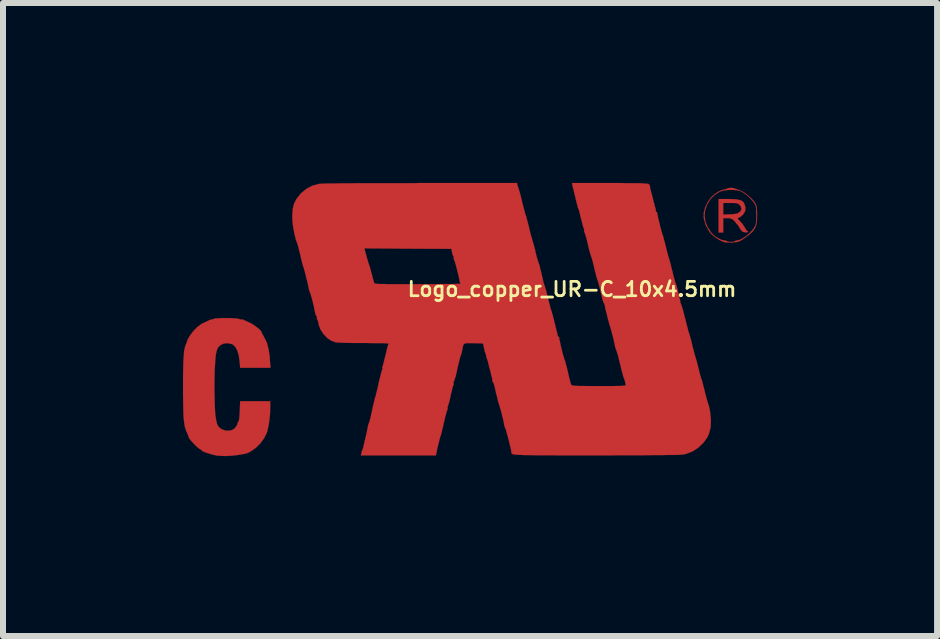
<source format=kicad_pcb>
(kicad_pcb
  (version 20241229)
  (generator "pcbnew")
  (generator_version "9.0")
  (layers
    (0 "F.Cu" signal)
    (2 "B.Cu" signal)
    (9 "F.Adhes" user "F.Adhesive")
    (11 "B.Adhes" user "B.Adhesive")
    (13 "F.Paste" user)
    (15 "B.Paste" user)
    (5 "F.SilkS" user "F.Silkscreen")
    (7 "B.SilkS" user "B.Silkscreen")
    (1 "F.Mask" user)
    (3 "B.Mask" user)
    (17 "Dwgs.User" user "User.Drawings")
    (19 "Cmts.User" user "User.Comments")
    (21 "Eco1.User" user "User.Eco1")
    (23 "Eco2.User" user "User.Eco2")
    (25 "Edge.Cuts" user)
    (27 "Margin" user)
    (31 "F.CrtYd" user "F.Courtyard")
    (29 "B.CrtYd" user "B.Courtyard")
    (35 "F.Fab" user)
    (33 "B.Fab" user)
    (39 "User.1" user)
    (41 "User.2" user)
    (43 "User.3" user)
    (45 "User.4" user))
  (footprint "Logo_copper_UR-C_10x4.5mm"
    (layer "F.Cu")
    (at 4.787 2.272)
    (property "Reference" "Logo_copper_UR-C_10x4.5mm" (at 1.7 -0.5 0) (layer "F.SilkS") (effects (font (size 0.239 0.239) (thickness 0.046))))
    (attr through_hole)
    (fp_poly (pts (xy 4.633 -1.46) (xy 4.623 -1.448) (xy 4.597 -1.448) (xy 4.564 -1.453) (xy 4.539 -1.463) (xy 4.531 -1.471) (xy 4.508 -1.499) (xy 4.488 -1.532) (xy 4.468 -1.565) (xy 4.435 -1.603) (xy 4.415 -1.628) (xy 4.381 -1.661) (xy 4.354 -1.676) (xy 4.323 -1.684) (xy 4.29 -1.684) (xy 4.221 -1.684) (xy 4.221 -1.565) (xy 4.221 -1.445) (xy 4.181 -1.445) (xy 4.143 -1.445) (xy 4.143 -1.725) (xy 4.143 -2.004) (xy 4.303 -2.004) (xy 4.392 -2.002) (xy 4.458 -1.996) (xy 4.508 -1.984) (xy 4.542 -1.966) (xy 4.567 -1.938) (xy 4.572 -1.925) (xy 4.592 -1.862) (xy 4.587 -1.803) (xy 4.554 -1.748) (xy 4.524 -1.72) (xy 4.524 -1.834) (xy 4.516 -1.875) (xy 4.496 -1.902) (xy 4.478 -1.92) (xy 4.458 -1.93) (xy 4.432 -1.935) (xy 4.392 -1.938) (xy 4.343 -1.938) (xy 4.221 -1.938) (xy 4.221 -1.841) (xy 4.221 -1.745) (xy 4.326 -1.748) (xy 4.381 -1.75) (xy 4.43 -1.758) (xy 4.46 -1.765) (xy 4.463 -1.765) (xy 4.506 -1.798) (xy 4.524 -1.834) (xy 4.524 -1.72) (xy 4.521 -1.717) (xy 4.491 -1.697) (xy 4.483 -1.694) (xy 4.465 -1.689) (xy 4.463 -1.679) (xy 4.473 -1.664) (xy 4.501 -1.633) (xy 4.506 -1.628) (xy 4.542 -1.587) (xy 4.572 -1.544) (xy 4.585 -1.521) (xy 4.602 -1.491) (xy 4.618 -1.473) (xy 4.62 -1.473) (xy 4.633 -1.463) (xy 4.633 -1.46)) (stroke (width 0.003) (type solid)) (fill yes) (layer "F.Cu"))
    (fp_poly (pts (xy 4.785 -1.737) (xy 4.783 -1.648) (xy 4.773 -1.575) (xy 4.773 -1.722) (xy 4.773 -1.732) (xy 4.77 -1.798) (xy 4.77 -1.844) (xy 4.765 -1.877) (xy 4.755 -1.905) (xy 4.74 -1.933) (xy 4.737 -1.938) (xy 4.696 -1.989) (xy 4.643 -2.045) (xy 4.582 -2.093) (xy 4.524 -2.131) (xy 4.514 -2.134) (xy 4.46 -2.149) (xy 4.392 -2.156) (xy 4.315 -2.156) (xy 4.242 -2.149) (xy 4.178 -2.131) (xy 4.163 -2.126) (xy 4.079 -2.073) (xy 4.008 -2.002) (xy 3.952 -1.913) (xy 3.917 -1.808) (xy 3.909 -1.72) (xy 3.924 -1.626) (xy 3.962 -1.532) (xy 4.021 -1.445) (xy 4.041 -1.422) (xy 4.082 -1.384) (xy 4.135 -1.351) (xy 4.186 -1.326) (xy 4.232 -1.313) (xy 4.242 -1.313) (xy 4.27 -1.308) (xy 4.282 -1.3) (xy 4.298 -1.293) (xy 4.333 -1.288) (xy 4.348 -1.288) (xy 4.384 -1.29) (xy 4.409 -1.298) (xy 4.415 -1.3) (xy 4.432 -1.311) (xy 4.453 -1.313) (xy 4.496 -1.323) (xy 4.549 -1.351) (xy 4.608 -1.389) (xy 4.663 -1.438) (xy 4.709 -1.488) (xy 4.737 -1.527) (xy 4.752 -1.554) (xy 4.763 -1.582) (xy 4.768 -1.615) (xy 4.77 -1.659) (xy 4.773 -1.722) (xy 4.773 -1.575) (xy 4.75 -1.516) (xy 4.714 -1.466) (xy 4.663 -1.417) (xy 4.59 -1.361) (xy 4.572 -1.349) (xy 4.524 -1.318) (xy 4.486 -1.298) (xy 4.45 -1.288) (xy 4.407 -1.283) (xy 4.381 -1.28) (xy 4.328 -1.28) (xy 4.28 -1.28) (xy 4.249 -1.283) (xy 4.204 -1.298) (xy 4.145 -1.328) (xy 4.087 -1.367) (xy 4.039 -1.407) (xy 4.018 -1.425) (xy 3.97 -1.491) (xy 3.929 -1.57) (xy 3.904 -1.656) (xy 3.896 -1.687) (xy 3.896 -1.773) (xy 3.919 -1.862) (xy 3.96 -1.951) (xy 4.016 -2.029) (xy 4.039 -2.052) (xy 4.089 -2.095) (xy 4.148 -2.131) (xy 4.201 -2.154) (xy 4.244 -2.164) (xy 4.272 -2.169) (xy 4.282 -2.177) (xy 4.3 -2.184) (xy 4.333 -2.189) (xy 4.374 -2.189) (xy 4.407 -2.182) (xy 4.417 -2.177) (xy 4.445 -2.167) (xy 4.486 -2.154) (xy 4.493 -2.151) (xy 4.539 -2.131) (xy 4.592 -2.098) (xy 4.648 -2.052) (xy 4.699 -2.004) (xy 4.74 -1.958) (xy 4.755 -1.933) (xy 4.77 -1.902) (xy 4.778 -1.869) (xy 4.783 -1.826) (xy 4.785 -1.768) (xy 4.785 -1.737)) (stroke (width 0.003) (type solid)) (fill yes) (layer "F.Cu"))
    (fp_poly (pts (xy -3.327 0.81) (xy -3.581 0.81) (xy -3.833 0.81) (xy -3.843 0.696) (xy -3.856 0.605) (xy -3.879 0.526) (xy -3.912 0.465) (xy -3.952 0.424) (xy -3.975 0.414) (xy -4.044 0.399) (xy -4.107 0.406) (xy -4.163 0.432) (xy -4.204 0.475) (xy -4.214 0.495) (xy -4.229 0.544) (xy -4.242 0.617) (xy -4.249 0.716) (xy -4.257 0.833) (xy -4.26 0.973) (xy -4.262 1.113) (xy -4.26 1.273) (xy -4.257 1.41) (xy -4.252 1.524) (xy -4.244 1.615) (xy -4.232 1.687) (xy -4.219 1.742) (xy -4.201 1.781) (xy -4.188 1.798) (xy -4.138 1.836) (xy -4.074 1.857) (xy -4.008 1.857) (xy -3.967 1.847) (xy -3.932 1.826) (xy -3.901 1.791) (xy -3.881 1.755) (xy -3.876 1.737) (xy -3.868 1.714) (xy -3.863 1.709) (xy -3.856 1.694) (xy -3.848 1.656) (xy -3.843 1.595) (xy -3.84 1.534) (xy -3.833 1.367) (xy -3.581 1.367) (xy -3.332 1.367) (xy -3.332 1.488) (xy -3.335 1.58) (xy -3.345 1.676) (xy -3.358 1.768) (xy -3.376 1.849) (xy -3.388 1.892) (xy -3.432 1.981) (xy -3.495 2.068) (xy -3.571 2.144) (xy -3.658 2.205) (xy -3.678 2.217) (xy -3.729 2.238) (xy -3.802 2.253) (xy -3.889 2.266) (xy -3.98 2.276) (xy -4.072 2.281) (xy -4.158 2.278) (xy -4.229 2.273) (xy -4.247 2.268) (xy -4.31 2.253) (xy -4.369 2.235) (xy -4.422 2.217) (xy -4.46 2.2) (xy -4.478 2.184) (xy -4.478 2.182) (xy -4.496 2.167) (xy -4.506 2.164) (xy -4.521 2.154) (xy -4.549 2.131) (xy -4.585 2.098) (xy -4.62 2.06) (xy -4.653 2.024) (xy -4.676 1.996) (xy -4.686 1.979) (xy -4.691 1.961) (xy -4.704 1.928) (xy -4.709 1.915) (xy -4.724 1.882) (xy -4.732 1.862) (xy -4.735 1.859) (xy -4.74 1.841) (xy -4.742 1.831) (xy -4.755 1.796) (xy -4.763 1.75) (xy -4.77 1.692) (xy -4.778 1.615) (xy -4.78 1.524) (xy -4.783 1.41) (xy -4.785 1.275) (xy -4.785 1.135) (xy -4.785 0.965) (xy -4.783 0.823) (xy -4.78 0.704) (xy -4.773 0.607) (xy -4.768 0.531) (xy -4.757 0.478) (xy -4.747 0.442) (xy -4.742 0.432) (xy -4.735 0.414) (xy -4.732 0.411) (xy -4.709 0.34) (xy -4.666 0.267) (xy -4.61 0.193) (xy -4.547 0.13) (xy -4.481 0.081) (xy -4.458 0.069) (xy -4.392 0.038) (xy -4.343 0.015) (xy -4.313 0.005) (xy -4.308 0.005) (xy -4.285 0) (xy -4.267 -0.008) (xy -4.242 -0.013) (xy -4.196 -0.015) (xy -4.138 -0.018) (xy -4.074 -0.018) (xy -4.006 -0.018) (xy -3.945 -0.015) (xy -3.894 -0.013) (xy -3.858 -0.005) (xy -3.848 -0.003) (xy -3.828 0.005) (xy -3.818 0.003) (xy -3.802 0.003) (xy -3.78 0.008) (xy -3.752 0.023) (xy -3.711 0.041) (xy -3.673 0.058) (xy -3.63 0.081) (xy -3.584 0.112) (xy -3.541 0.145) (xy -3.505 0.175) (xy -3.482 0.201) (xy -3.477 0.213) (xy -3.472 0.229) (xy -3.454 0.262) (xy -3.437 0.292) (xy -3.388 0.389) (xy -3.358 0.505) (xy -3.338 0.643) (xy -3.338 0.673) (xy -3.327 0.81)) (stroke (width 0.003) (type solid)) (fill yes) (layer "F.Cu"))
    (fp_poly (pts (xy 4.016 1.681) (xy 4.011 1.801) (xy 3.983 1.908) (xy 3.955 1.971) (xy 3.889 2.062) (xy 3.805 2.141) (xy 3.708 2.205) (xy 3.602 2.245) (xy 3.551 2.256) (xy 3.526 2.258) (xy 3.472 2.261) (xy 3.399 2.263) (xy 3.299 2.263) (xy 3.18 2.266) (xy 3.04 2.266) (xy 2.88 2.268) (xy 2.705 2.268) (xy 2.512 2.268) (xy 2.304 2.271) (xy 2.101 2.271) (xy 1.875 2.271) (xy 1.676 2.271) (xy 1.501 2.271) (xy 1.349 2.268) (xy 1.214 2.268) (xy 1.102 2.268) (xy 1.006 2.266) (xy 0.925 2.266) (xy 0.861 2.263) (xy 0.81 2.261) (xy 0.77 2.258) (xy 0.739 2.256) (xy 0.716 2.25) (xy 0.704 2.245) (xy 0.696 2.24) (xy 0.691 2.235) (xy 0.688 2.228) (xy 0.688 2.217) (xy 0.686 2.195) (xy 0.678 2.151) (xy 0.663 2.095) (xy 0.648 2.032) (xy 0.632 1.966) (xy 0.615 1.908) (xy 0.602 1.859) (xy 0.592 1.826) (xy 0.589 1.824) (xy 0.577 1.791) (xy 0.569 1.768) (xy 0.569 1.765) (xy 0.566 1.745) (xy 0.559 1.704) (xy 0.546 1.648) (xy 0.531 1.59) (xy 0.518 1.534) (xy 0.503 1.486) (xy 0.493 1.45) (xy 0.49 1.44) (xy 0.48 1.412) (xy 0.465 1.361) (xy 0.45 1.295) (xy 0.429 1.214) (xy 0.409 1.125) (xy 0.399 1.085) (xy 0.389 1.057) (xy 0.381 1.049) (xy 0.371 1.036) (xy 0.371 1.024) (xy 0.371 0.993) (xy 0.366 0.98) (xy 0.361 0.96) (xy 0.351 0.922) (xy 0.338 0.866) (xy 0.323 0.81) (xy 0.307 0.747) (xy 0.295 0.696) (xy 0.282 0.658) (xy 0.274 0.64) (xy 0.267 0.62) (xy 0.269 0.612) (xy 0.269 0.597) (xy 0.267 0.594) (xy 0.259 0.579) (xy 0.249 0.546) (xy 0.236 0.5) (xy 0.236 0.498) (xy 0.216 0.404) (xy 0.056 0.399) (xy -0.01 0.399) (xy -0.056 0.399) (xy -0.086 0.404) (xy -0.104 0.417) (xy -0.117 0.442) (xy -0.124 0.483) (xy -0.132 0.523) (xy -0.142 0.566) (xy -0.152 0.597) (xy -0.155 0.602) (xy -0.155 -0.592) (xy -0.17 -0.61) (xy -0.17 -0.617) (xy -0.175 -0.643) (xy -0.183 -0.683) (xy -0.196 -0.739) (xy -0.211 -0.8) (xy -0.226 -0.861) (xy -0.241 -0.917) (xy -0.254 -0.96) (xy -0.264 -0.986) (xy -0.267 -0.991) (xy -0.274 -1.016) (xy -0.272 -1.029) (xy -0.272 -1.044) (xy -0.277 -1.046) (xy -0.284 -1.059) (xy -0.295 -1.09) (xy -0.3 -1.11) (xy -0.31 -1.173) (xy -1.036 -1.176) (xy -1.763 -1.181) (xy -1.727 -1.052) (xy -1.712 -0.996) (xy -1.699 -0.953) (xy -1.689 -0.922) (xy -1.687 -0.914) (xy -1.679 -0.899) (xy -1.669 -0.866) (xy -1.661 -0.836) (xy -1.646 -0.777) (xy -1.628 -0.714) (xy -1.623 -0.688) (xy -1.61 -0.645) (xy -1.6 -0.612) (xy -1.598 -0.599) (xy -1.59 -0.597) (xy -1.575 -0.592) (xy -1.542 -0.589) (xy -1.496 -0.587) (xy -1.433 -0.587) (xy -1.351 -0.584) (xy -1.25 -0.584) (xy -1.128 -0.584) (xy -0.98 -0.584) (xy -0.866 -0.584) (xy -0.729 -0.584) (xy -0.602 -0.584) (xy -0.488 -0.587) (xy -0.386 -0.587) (xy -0.3 -0.587) (xy -0.231 -0.589) (xy -0.183 -0.589) (xy -0.157 -0.592) (xy -0.155 -0.592) (xy -0.155 0.602) (xy -0.157 0.61) (xy -0.163 0.625) (xy -0.173 0.66) (xy -0.185 0.714) (xy -0.201 0.777) (xy -0.211 0.823) (xy -0.226 0.892) (xy -0.241 0.955) (xy -0.257 1.001) (xy -0.264 1.031) (xy -0.269 1.036) (xy -0.277 1.054) (xy -0.274 1.064) (xy -0.272 1.09) (xy -0.277 1.095) (xy -0.284 1.113) (xy -0.295 1.151) (xy -0.307 1.204) (xy -0.323 1.265) (xy -0.323 1.273) (xy -0.338 1.339) (xy -0.351 1.392) (xy -0.363 1.43) (xy -0.371 1.45) (xy -0.376 1.473) (xy -0.373 1.481) (xy -0.376 1.506) (xy -0.381 1.516) (xy -0.389 1.534) (xy -0.399 1.575) (xy -0.414 1.628) (xy -0.429 1.694) (xy -0.437 1.725) (xy -0.452 1.796) (xy -0.467 1.857) (xy -0.48 1.908) (xy -0.488 1.938) (xy -0.49 1.946) (xy -0.5 1.968) (xy -0.511 2.012) (xy -0.523 2.065) (xy -0.531 2.09) (xy -0.544 2.146) (xy -0.554 2.197) (xy -0.561 2.233) (xy -0.564 2.24) (xy -0.569 2.271) (xy -1.196 2.271) (xy -1.821 2.271) (xy -1.811 2.228) (xy -1.801 2.192) (xy -1.791 2.172) (xy -1.791 2.169) (xy -1.786 2.154) (xy -1.775 2.113) (xy -1.763 2.06) (xy -1.748 1.994) (xy -1.73 1.92) (xy -1.714 1.844) (xy -1.704 1.791) (xy -1.697 1.758) (xy -1.687 1.732) (xy -1.679 1.714) (xy -1.669 1.676) (xy -1.656 1.623) (xy -1.641 1.557) (xy -1.633 1.519) (xy -1.618 1.448) (xy -1.603 1.384) (xy -1.59 1.333) (xy -1.582 1.3) (xy -1.577 1.293) (xy -1.572 1.273) (xy -1.562 1.229) (xy -1.547 1.171) (xy -1.532 1.102) (xy -1.527 1.074) (xy -1.509 1.003) (xy -1.494 0.94) (xy -1.481 0.892) (xy -1.473 0.859) (xy -1.468 0.851) (xy -1.46 0.826) (xy -1.463 0.813) (xy -1.466 0.798) (xy -1.46 0.79) (xy -1.453 0.772) (xy -1.443 0.734) (xy -1.43 0.681) (xy -1.415 0.617) (xy -1.412 0.61) (xy -1.397 0.546) (xy -1.384 0.49) (xy -1.372 0.45) (xy -1.367 0.429) (xy -1.364 0.429) (xy -1.359 0.411) (xy -1.361 0.406) (xy -1.377 0.404) (xy -1.415 0.401) (xy -1.473 0.399) (xy -1.549 0.399) (xy -1.636 0.399) (xy -1.735 0.396) (xy -1.773 0.396) (xy -1.877 0.396) (xy -1.976 0.396) (xy -2.065 0.394) (xy -2.141 0.391) (xy -2.2 0.389) (xy -2.238 0.384) (xy -2.243 0.384) (xy -2.314 0.358) (xy -2.383 0.312) (xy -2.443 0.249) (xy -2.492 0.175) (xy -2.522 0.097) (xy -2.527 0.069) (xy -2.535 0.033) (xy -2.545 0.01) (xy -2.548 0.005) (xy -2.555 -0.008) (xy -2.553 -0.025) (xy -2.553 -0.046) (xy -2.558 -0.051) (xy -2.57 -0.064) (xy -2.578 -0.091) (xy -2.581 -0.094) (xy -2.591 -0.147) (xy -2.603 -0.208) (xy -2.619 -0.274) (xy -2.634 -0.335) (xy -2.649 -0.386) (xy -2.659 -0.424) (xy -2.667 -0.442) (xy -2.677 -0.465) (xy -2.687 -0.5) (xy -2.687 -0.503) (xy -2.7 -0.566) (xy -2.715 -0.635) (xy -2.733 -0.701) (xy -2.748 -0.765) (xy -2.761 -0.815) (xy -2.771 -0.848) (xy -2.774 -0.856) (xy -2.781 -0.879) (xy -2.794 -0.919) (xy -2.809 -0.978) (xy -2.824 -1.044) (xy -2.827 -1.062) (xy -2.845 -1.13) (xy -2.86 -1.194) (xy -2.875 -1.245) (xy -2.885 -1.278) (xy -2.888 -1.28) (xy -2.908 -1.339) (xy -2.926 -1.415) (xy -2.944 -1.504) (xy -2.957 -1.593) (xy -2.964 -1.676) (xy -2.964 -1.725) (xy -2.957 -1.834) (xy -2.934 -1.928) (xy -2.891 -2.009) (xy -2.827 -2.09) (xy -2.817 -2.101) (xy -2.728 -2.174) (xy -2.631 -2.225) (xy -2.52 -2.256) (xy -2.517 -2.256) (xy -2.492 -2.258) (xy -2.438 -2.261) (xy -2.362 -2.263) (xy -2.261 -2.263) (xy -2.136 -2.266) (xy -1.991 -2.266) (xy -1.824 -2.268) (xy -1.633 -2.268) (xy -1.427 -2.268) (xy -1.199 -2.268) (xy -0.955 -2.268) (xy -0.826 -2.271) (xy 0.782 -2.271) (xy 0.79 -2.233) (xy 0.8 -2.202) (xy 0.808 -2.184) (xy 0.815 -2.159) (xy 0.815 -2.156) (xy 0.823 -2.134) (xy 0.826 -2.123) (xy 0.831 -2.103) (xy 0.843 -2.062) (xy 0.856 -2.009) (xy 0.871 -1.943) (xy 0.874 -1.93) (xy 0.892 -1.864) (xy 0.907 -1.806) (xy 0.919 -1.76) (xy 0.927 -1.735) (xy 0.93 -1.732) (xy 0.937 -1.709) (xy 0.947 -1.666) (xy 0.963 -1.61) (xy 0.98 -1.544) (xy 0.983 -1.532) (xy 0.998 -1.466) (xy 1.013 -1.407) (xy 1.026 -1.361) (xy 1.034 -1.336) (xy 1.034 -1.333) (xy 1.041 -1.311) (xy 1.054 -1.267) (xy 1.069 -1.212) (xy 1.087 -1.146) (xy 1.087 -1.14) (xy 1.102 -1.074) (xy 1.118 -1.019) (xy 1.13 -0.973) (xy 1.14 -0.95) (xy 1.14 -0.947) (xy 1.148 -0.925) (xy 1.161 -0.884) (xy 1.173 -0.831) (xy 1.189 -0.772) (xy 1.201 -0.714) (xy 1.214 -0.665) (xy 1.219 -0.632) (xy 1.222 -0.622) (xy 1.227 -0.602) (xy 1.24 -0.569) (xy 1.24 -0.566) (xy 1.25 -0.536) (xy 1.265 -0.488) (xy 1.28 -0.427) (xy 1.298 -0.358) (xy 1.3 -0.351) (xy 1.316 -0.284) (xy 1.331 -0.229) (xy 1.341 -0.183) (xy 1.349 -0.16) (xy 1.349 -0.157) (xy 1.359 -0.132) (xy 1.361 -0.124) (xy 1.367 -0.102) (xy 1.372 -0.091) (xy 1.377 -0.071) (xy 1.387 -0.03) (xy 1.4 0.02) (xy 1.412 0.071) (xy 1.427 0.132) (xy 1.44 0.185) (xy 1.45 0.221) (xy 1.455 0.239) (xy 1.46 0.267) (xy 1.46 0.274) (xy 1.468 0.29) (xy 1.473 0.292) (xy 1.486 0.302) (xy 1.486 0.31) (xy 1.488 0.333) (xy 1.499 0.376) (xy 1.509 0.429) (xy 1.524 0.49) (xy 1.539 0.551) (xy 1.554 0.607) (xy 1.567 0.65) (xy 1.575 0.678) (xy 1.577 0.683) (xy 1.585 0.699) (xy 1.595 0.737) (xy 1.61 0.792) (xy 1.626 0.859) (xy 1.633 0.889) (xy 1.648 0.958) (xy 1.664 1.019) (xy 1.676 1.064) (xy 1.687 1.092) (xy 1.689 1.097) (xy 1.699 1.102) (xy 1.722 1.107) (xy 1.76 1.11) (xy 1.816 1.113) (xy 1.892 1.113) (xy 1.991 1.115) (xy 2.111 1.115) (xy 2.151 1.115) (xy 2.273 1.115) (xy 2.372 1.115) (xy 2.449 1.113) (xy 2.504 1.113) (xy 2.545 1.11) (xy 2.573 1.107) (xy 2.588 1.105) (xy 2.596 1.1) (xy 2.596 1.095) (xy 2.596 1.092) (xy 2.588 1.062) (xy 2.581 1.029) (xy 2.57 0.996) (xy 2.563 0.975) (xy 2.555 0.958) (xy 2.545 0.919) (xy 2.53 0.866) (xy 2.515 0.803) (xy 2.51 0.782) (xy 2.494 0.716) (xy 2.479 0.658) (xy 2.469 0.612) (xy 2.461 0.587) (xy 2.459 0.584) (xy 2.451 0.556) (xy 2.449 0.551) (xy 2.443 0.528) (xy 2.431 0.5) (xy 2.421 0.47) (xy 2.416 0.45) (xy 2.413 0.427) (xy 2.403 0.386) (xy 2.393 0.335) (xy 2.377 0.277) (xy 2.362 0.218) (xy 2.349 0.17) (xy 2.339 0.137) (xy 2.337 0.124) (xy 2.327 0.102) (xy 2.316 0.058) (xy 2.301 0.005) (xy 2.286 -0.056) (xy 2.271 -0.117) (xy 2.256 -0.173) (xy 2.248 -0.218) (xy 2.243 -0.241) (xy 2.243 -0.244) (xy 2.238 -0.262) (xy 2.233 -0.264) (xy 2.225 -0.277) (xy 2.215 -0.307) (xy 2.205 -0.34) (xy 2.179 -0.45) (xy 2.159 -0.536) (xy 2.141 -0.602) (xy 2.129 -0.643) (xy 2.123 -0.655) (xy 2.116 -0.678) (xy 2.103 -0.721) (xy 2.09 -0.777) (xy 2.073 -0.843) (xy 2.07 -0.856) (xy 2.055 -0.922) (xy 2.04 -0.98) (xy 2.027 -1.026) (xy 2.017 -1.052) (xy 2.017 -1.054) (xy 2.009 -1.077) (xy 1.996 -1.12) (xy 1.981 -1.176) (xy 1.966 -1.242) (xy 1.963 -1.252) (xy 1.948 -1.318) (xy 1.933 -1.374) (xy 1.92 -1.417) (xy 1.91 -1.44) (xy 1.908 -1.443) (xy 1.9 -1.468) (xy 1.902 -1.478) (xy 1.902 -1.501) (xy 1.897 -1.509) (xy 1.892 -1.524) (xy 1.88 -1.562) (xy 1.867 -1.613) (xy 1.852 -1.671) (xy 1.836 -1.732) (xy 1.824 -1.786) (xy 1.814 -1.821) (xy 1.806 -1.839) (xy 1.798 -1.862) (xy 1.798 -1.864) (xy 1.791 -1.887) (xy 1.788 -1.897) (xy 1.783 -1.918) (xy 1.773 -1.956) (xy 1.76 -2.009) (xy 1.745 -2.073) (xy 1.73 -2.136) (xy 1.714 -2.197) (xy 1.704 -2.24) (xy 1.699 -2.271) (xy 2.329 -2.271) (xy 2.479 -2.271) (xy 2.603 -2.268) (xy 2.705 -2.268) (xy 2.786 -2.268) (xy 2.852 -2.266) (xy 2.901 -2.263) (xy 2.936 -2.261) (xy 2.959 -2.258) (xy 2.974 -2.256) (xy 2.982 -2.25) (xy 2.997 -2.228) (xy 3 -2.212) (xy 3.002 -2.187) (xy 3.005 -2.177) (xy 3.01 -2.156) (xy 3.02 -2.116) (xy 3.035 -2.062) (xy 3.048 -2.012) (xy 3.063 -1.951) (xy 3.076 -1.9) (xy 3.086 -1.864) (xy 3.091 -1.852) (xy 3.096 -1.826) (xy 3.096 -1.814) (xy 3.099 -1.796) (xy 3.106 -1.791) (xy 3.119 -1.781) (xy 3.119 -1.77) (xy 3.124 -1.75) (xy 3.132 -1.707) (xy 3.145 -1.651) (xy 3.16 -1.59) (xy 3.175 -1.529) (xy 3.19 -1.473) (xy 3.203 -1.427) (xy 3.211 -1.402) (xy 3.213 -1.4) (xy 3.221 -1.377) (xy 3.231 -1.333) (xy 3.246 -1.278) (xy 3.264 -1.212) (xy 3.266 -1.201) (xy 3.282 -1.135) (xy 3.297 -1.077) (xy 3.31 -1.034) (xy 3.317 -1.008) (xy 3.325 -0.988) (xy 3.335 -0.947) (xy 3.35 -0.892) (xy 3.365 -0.826) (xy 3.373 -0.803) (xy 3.388 -0.734) (xy 3.404 -0.678) (xy 3.416 -0.635) (xy 3.421 -0.612) (xy 3.424 -0.61) (xy 3.429 -0.594) (xy 3.442 -0.561) (xy 3.454 -0.513) (xy 3.467 -0.46) (xy 3.482 -0.401) (xy 3.493 -0.351) (xy 3.503 -0.312) (xy 3.505 -0.29) (xy 3.51 -0.269) (xy 3.523 -0.236) (xy 3.523 -0.234) (xy 3.533 -0.206) (xy 3.548 -0.157) (xy 3.564 -0.097) (xy 3.581 -0.025) (xy 3.592 0.005) (xy 3.607 0.076) (xy 3.625 0.14) (xy 3.637 0.191) (xy 3.647 0.224) (xy 3.65 0.231) (xy 3.658 0.254) (xy 3.67 0.297) (xy 3.686 0.353) (xy 3.701 0.419) (xy 3.703 0.432) (xy 3.721 0.498) (xy 3.736 0.556) (xy 3.749 0.602) (xy 3.757 0.627) (xy 3.757 0.63) (xy 3.764 0.653) (xy 3.777 0.696) (xy 3.792 0.752) (xy 3.807 0.815) (xy 3.81 0.823) (xy 3.825 0.886) (xy 3.84 0.945) (xy 3.853 0.988) (xy 3.863 1.013) (xy 3.871 1.036) (xy 3.881 1.079) (xy 3.896 1.138) (xy 3.914 1.204) (xy 3.917 1.222) (xy 3.934 1.288) (xy 3.95 1.344) (xy 3.962 1.387) (xy 3.97 1.412) (xy 3.97 1.415) (xy 3.978 1.433) (xy 3.988 1.471) (xy 3.998 1.521) (xy 4.003 1.554) (xy 4.016 1.681)) (stroke (width 0.003) (type solid)) (fill yes) (layer "F.Cu")))
  (gr_rect
    (start -3 -3)
    (end 12.573 7.554)
    (stroke (width 0.1) (type default))
    (fill no)
    (layer "Edge.Cuts")))
</source>
